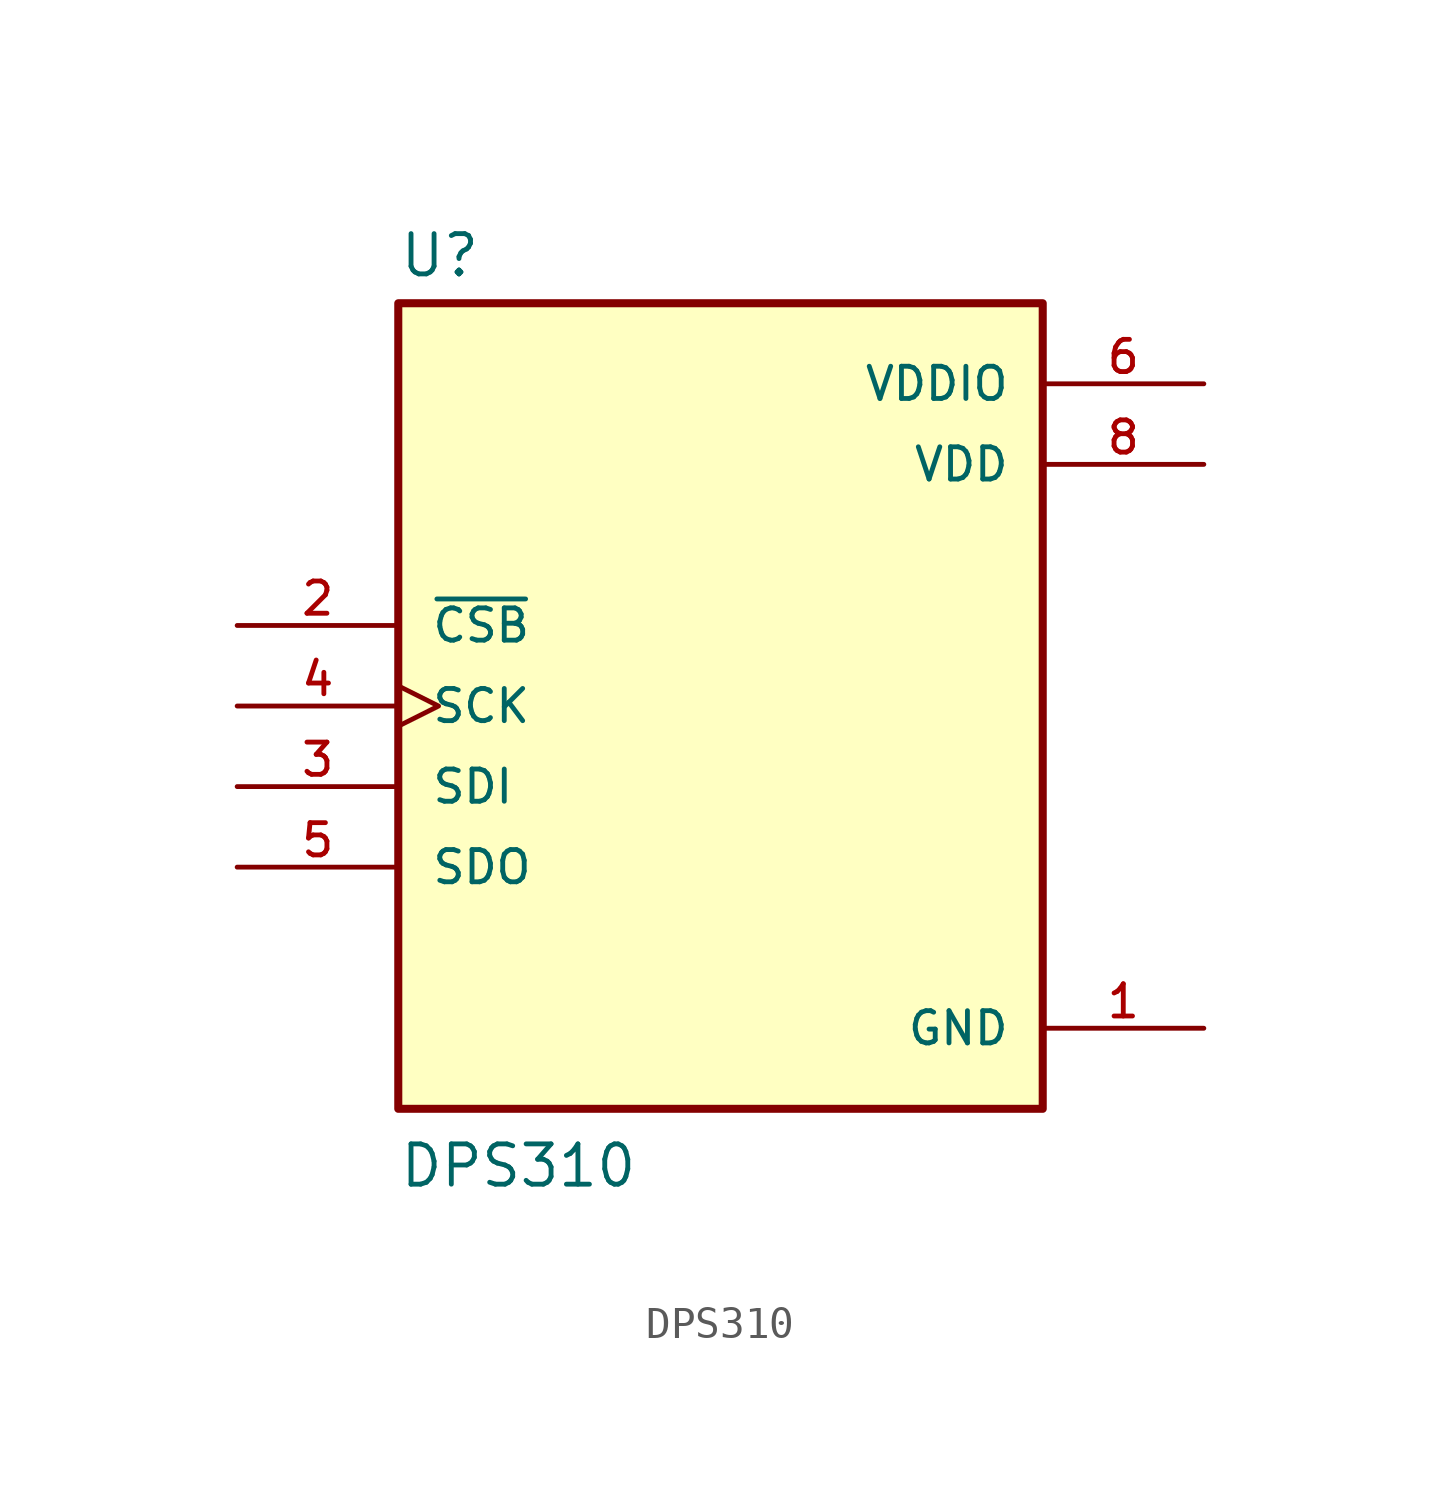
<source format=kicad_sym>
(kicad_symbol_lib
  (version 20211014)
  (generator kicad_symbol_editor)
  (symbol "DPS310"
    (pin_names
      (offset 1.016))
    (property "Reference" "U"
      (at -10.16 13.462 0)
      (effects (font (size 1.27 1.27)) (justify bottom left)))
    (property "Value" "DPS310"
      (at -10.16 -15.24 0)
      (effects (font (size 1.27 1.27)) (justify bottom left)))
    (symbol "DPS310_0_0"
      (rectangle (start -10.16 -12.7) (end 10.16 12.7) (stroke (width 0.254)) (fill (type background)))
      (pin power_in line (at 15.24 7.62 180.0) (length 5.08) (name "VDD" (effects (font (size 1.016 1.016)))) (number "8" (effects (font (size 1.016 1.016)))))
      (pin power_in line (at 15.24 -10.16 180.0) (length 5.08) (name "GND" (effects (font (size 1.016 1.016)))) (number "1" (effects (font (size 1.016 1.016)))))
      (pin power_in line (at 15.24 -10.16 180.0) (length 5.08) hide (name "GND" (effects (font (size 1.016 1.016)))) (number "7" (effects (font (size 1.016 1.016)))))
      (pin input line (at -15.24 2.54 0) (length 5.08) (name "~{CSB}" (effects (font (size 1.016 1.016)))) (number "2" (effects (font (size 1.016 1.016)))))
      (pin bidirectional line (at -15.24 -2.54 0) (length 5.08) (name "SDI" (effects (font (size 1.016 1.016)))) (number "3" (effects (font (size 1.016 1.016)))))
      (pin input clock (at -15.24 0.0 0) (length 5.08) (name "SCK" (effects (font (size 1.016 1.016)))) (number "4" (effects (font (size 1.016 1.016)))))
      (pin output line (at -15.24 -5.08 0) (length 5.08) (name "SDO" (effects (font (size 1.016 1.016)))) (number "5" (effects (font (size 1.016 1.016)))))
      (pin power_in line (at 15.24 10.16 180.0) (length 5.08) (name "VDDIO" (effects (font (size 1.016 1.016)))) (number "6" (effects (font (size 1.016 1.016))))))))
</source>
